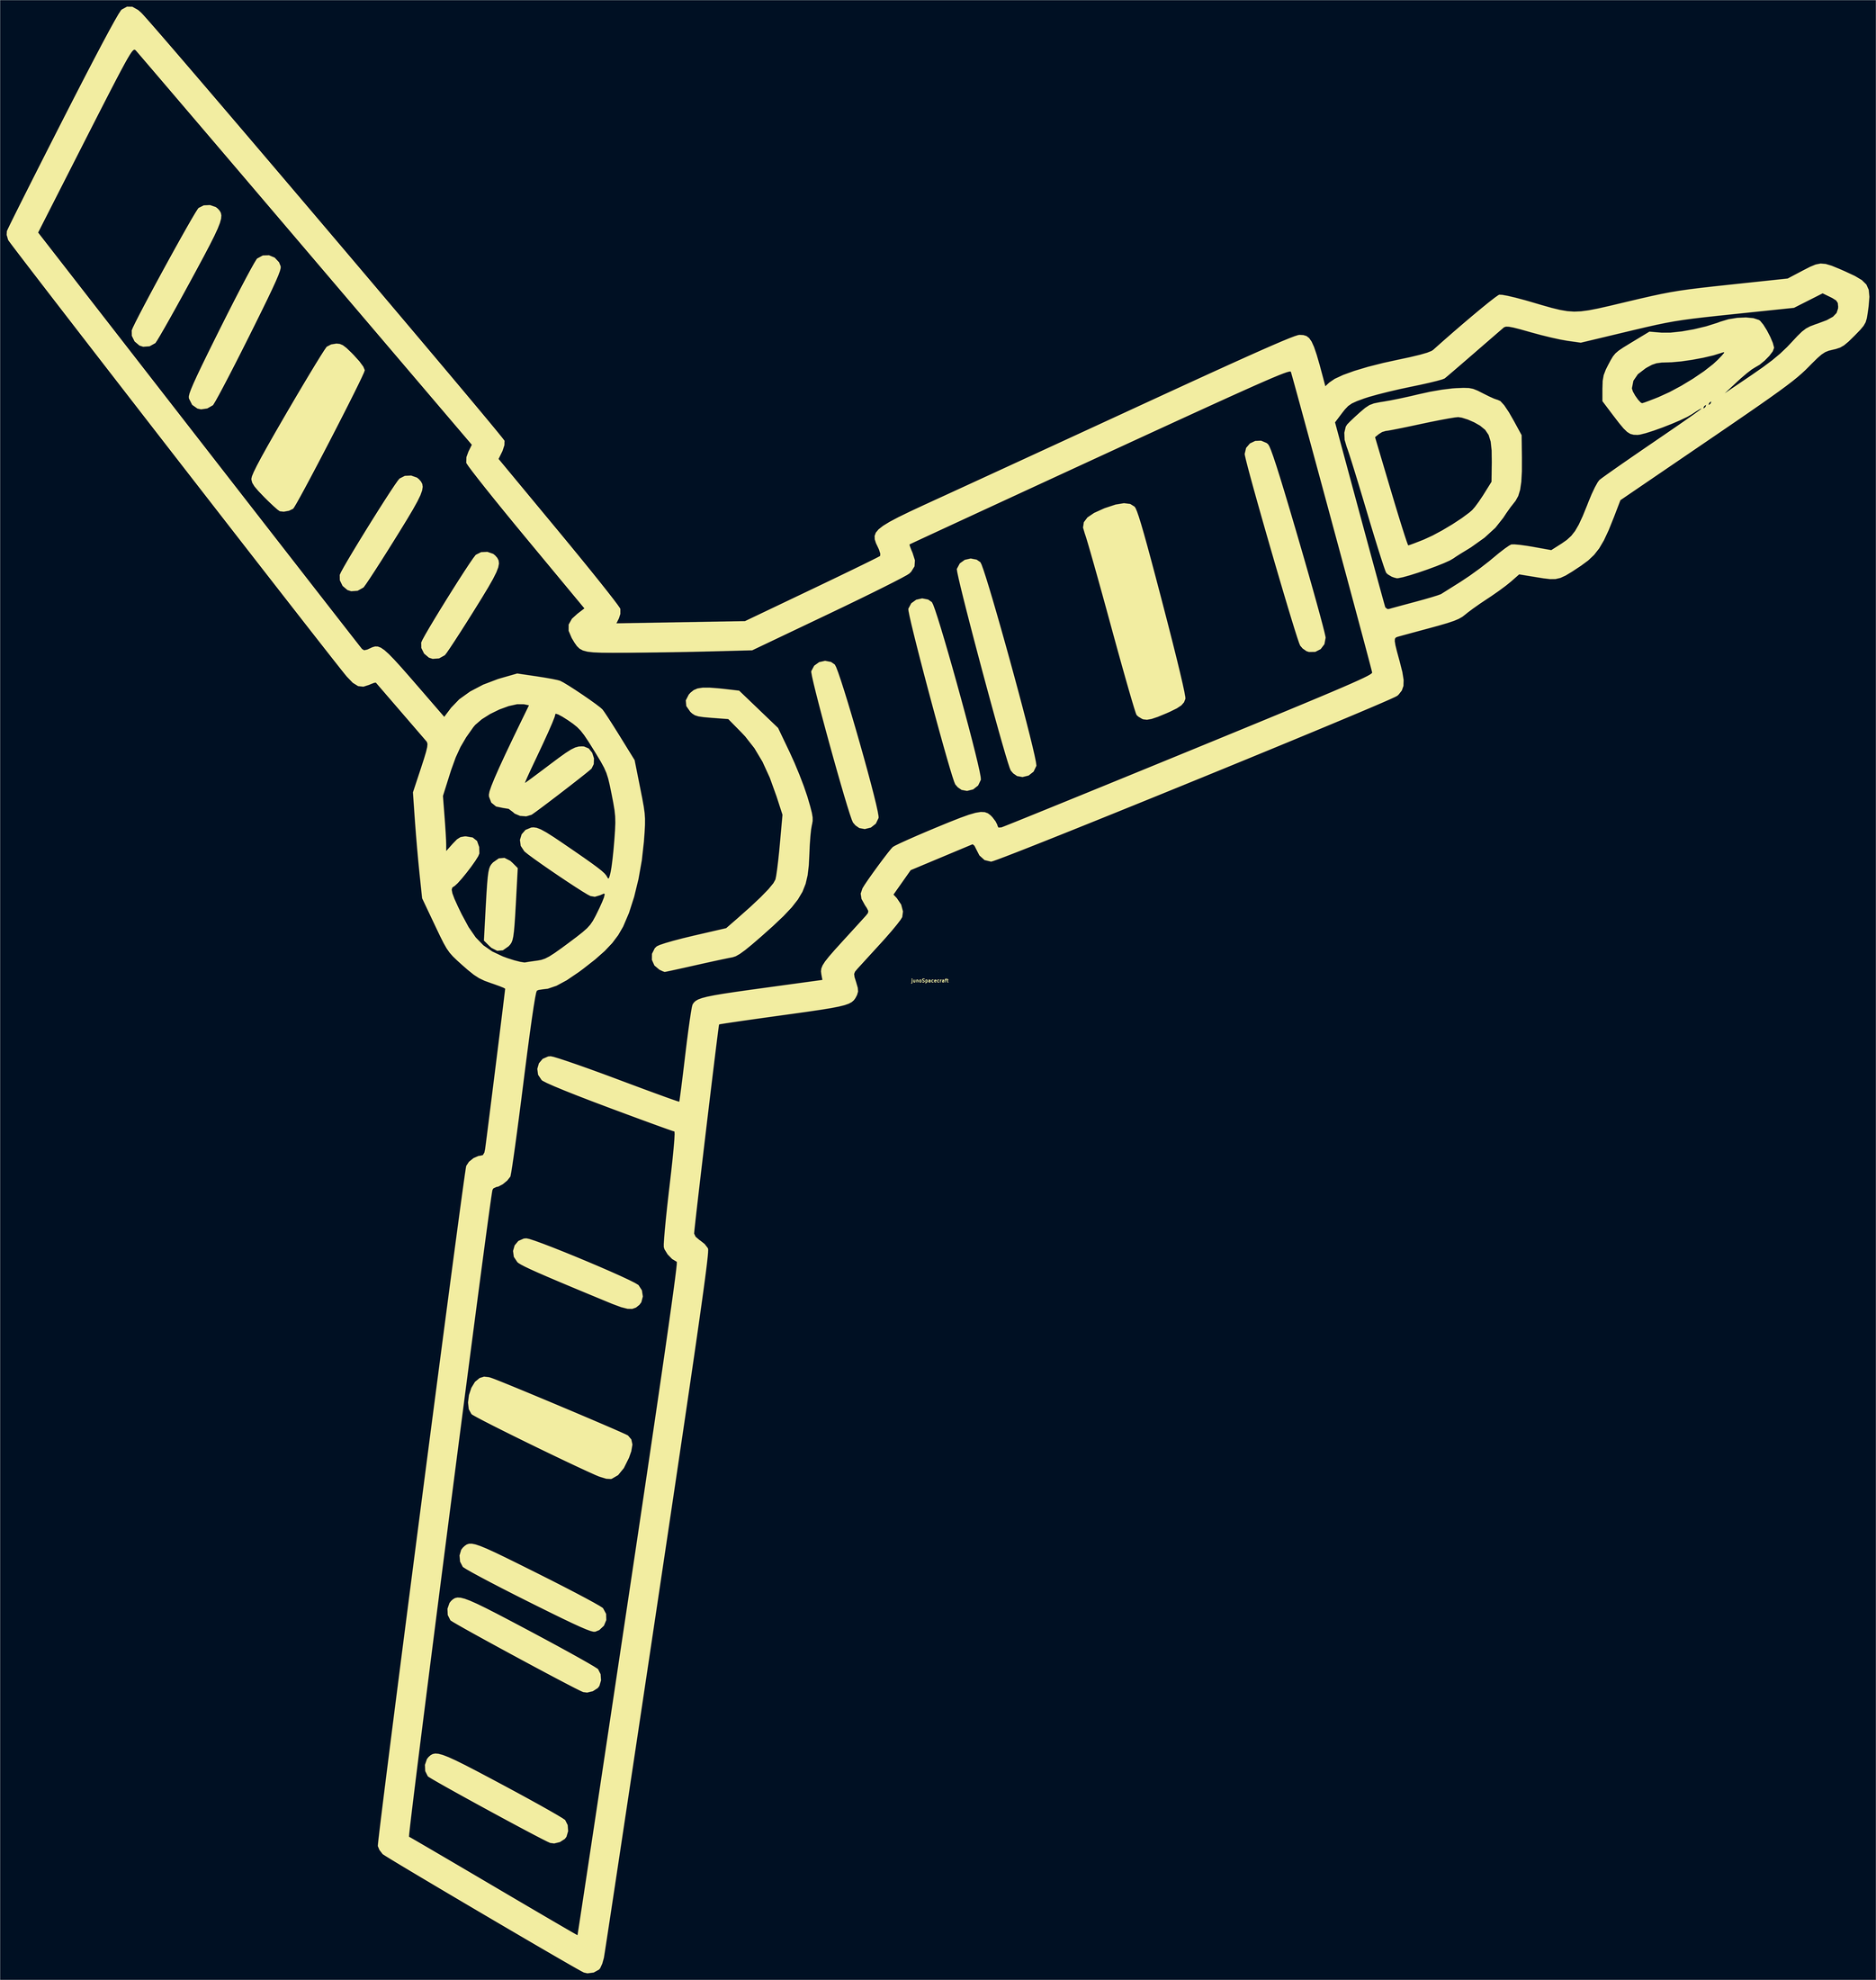
<source format=kicad_pcb>
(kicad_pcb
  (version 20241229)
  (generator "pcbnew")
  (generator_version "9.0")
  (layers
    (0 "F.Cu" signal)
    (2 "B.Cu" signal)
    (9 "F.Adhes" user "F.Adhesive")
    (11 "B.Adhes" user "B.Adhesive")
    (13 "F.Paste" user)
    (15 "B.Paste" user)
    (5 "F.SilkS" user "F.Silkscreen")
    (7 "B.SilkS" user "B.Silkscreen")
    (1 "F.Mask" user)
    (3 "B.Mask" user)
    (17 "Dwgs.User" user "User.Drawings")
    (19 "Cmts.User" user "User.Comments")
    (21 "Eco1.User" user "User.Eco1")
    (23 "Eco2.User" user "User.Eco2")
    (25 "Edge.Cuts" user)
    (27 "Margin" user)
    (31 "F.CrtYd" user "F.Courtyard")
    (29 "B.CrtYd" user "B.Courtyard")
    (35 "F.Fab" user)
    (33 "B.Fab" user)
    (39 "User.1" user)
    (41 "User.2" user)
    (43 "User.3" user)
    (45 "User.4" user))
  (footprint "junoSpacecraft"
    (layer "F.Cu")
    (at 422.737 445.855)
    (property "Reference" "junoSpacecraft" (at 0 0 0) (layer "F.SilkS") (effects (font (size 1.524 1.524) (thickness 0.3))))
    (attr through_hole)
    (fp_poly (pts (xy -192.145 -54.846) (xy -191.133 -53.936) (xy -188.713 -51.517) (xy -189.228 -41.832) (xy -189.592 -35.079) (xy -189.901 -29.727) (xy -190.18 -25.59) (xy -190.458 -22.482) (xy -190.759 -20.22) (xy -191.11 -18.616) (xy -191.537 -17.487) (xy -192.067 -16.646) (xy -192.726 -15.91) (xy -192.936 -15.698) (xy -195.524 -13.886) (xy -198.115 -13.655) (xy -200.761 -15.004) (xy -201.773 -15.914) (xy -204.193 -18.334) (xy -203.678 -28.018) (xy -203.314 -34.771) (xy -203.006 -40.123) (xy -202.726 -44.26) (xy -202.449 -47.368) (xy -202.148 -49.63) (xy -201.797 -51.234) (xy -201.369 -52.363) (xy -200.839 -53.204) (xy -200.18 -53.94) (xy -199.97 -54.152) (xy -197.383 -55.964) (xy -194.791 -56.195) (xy -192.145 -54.846)) (stroke (width 0.01) (type solid)) (fill yes) (layer "F.SilkS"))
    (fp_poly (pts (xy -234.858 -230.267) (xy -233.98 -229.57) (xy -233.034 -228.498) (xy -232.43 -227.376) (xy -232.23 -226.054) (xy -232.493 -224.381) (xy -233.279 -222.207) (xy -234.65 -219.382) (xy -236.666 -215.754) (xy -239.387 -211.175) (xy -242.874 -205.492) (xy -245.116 -201.882) (xy -248.374 -196.678) (xy -251.419 -191.874) (xy -254.136 -187.645) (xy -256.409 -184.169) (xy -258.125 -181.623) (xy -259.167 -180.184) (xy -259.364 -179.964) (xy -262.026 -178.473) (xy -264.965 -178.25) (xy -266.684 -178.8) (xy -268.91 -180.685) (xy -270.167 -183.258) (xy -270.217 -185.738) (xy -269.671 -186.948) (xy -268.392 -189.285) (xy -266.509 -192.539) (xy -264.15 -196.502) (xy -261.445 -200.969) (xy -258.523 -205.73) (xy -255.512 -210.578) (xy -252.541 -215.305) (xy -249.74 -219.704) (xy -247.237 -223.567) (xy -245.161 -226.686) (xy -243.641 -228.854) (xy -242.842 -229.832) (xy -240.41 -231.069) (xy -237.524 -231.207) (xy -234.858 -230.267)) (stroke (width 0.01) (type solid)) (fill yes) (layer "F.SilkS"))
    (fp_poly (pts (xy -199.956 -195.355) (xy -199.055 -194.645) (xy -198.079 -193.525) (xy -197.477 -192.345) (xy -197.311 -190.947) (xy -197.643 -189.173) (xy -198.533 -186.865) (xy -200.044 -183.865) (xy -202.236 -180.014) (xy -205.171 -175.154) (xy -208.91 -169.128) (xy -209.033 -168.931) (xy -212.146 -163.982) (xy -215.045 -159.435) (xy -217.608 -155.477) (xy -219.714 -152.296) (xy -221.238 -150.076) (xy -222.06 -149.007) (xy -222.09 -148.978) (xy -224.734 -147.51) (xy -227.67 -147.296) (xy -229.378 -147.844) (xy -231.597 -149.721) (xy -232.858 -152.282) (xy -232.913 -154.762) (xy -232.361 -155.99) (xy -231.078 -158.329) (xy -229.202 -161.561) (xy -226.867 -165.468) (xy -224.211 -169.831) (xy -221.369 -174.431) (xy -218.478 -179.049) (xy -215.674 -183.467) (xy -213.092 -187.467) (xy -210.87 -190.829) (xy -209.143 -193.336) (xy -208.048 -194.768) (xy -207.885 -194.936) (xy -205.481 -196.149) (xy -202.613 -196.281) (xy -199.956 -195.355)) (stroke (width 0.01) (type solid)) (fill yes) (layer "F.SilkS"))
    (fp_poly (pts (xy -183.315 118.286) (xy -180.64 119.161) (xy -176.961 120.503) (xy -172.497 122.219) (xy -167.47 124.217) (xy -162.102 126.404) (xy -156.613 128.689) (xy -151.225 130.98) (xy -146.159 133.183) (xy -141.637 135.207) (xy -137.879 136.959) (xy -135.107 138.346) (xy -133.542 139.278) (xy -133.39 139.404) (xy -131.858 141.779) (xy -131.428 144.586) (xy -132.126 147.232) (xy -132.993 148.399) (xy -134.574 149.658) (xy -136.304 150.272) (xy -138.473 150.218) (xy -141.371 149.477) (xy -145.29 148.026) (xy -146.844 147.393) (xy -155.925 143.634) (xy -163.64 140.422) (xy -170.097 137.709) (xy -175.401 135.448) (xy -179.659 133.592) (xy -182.979 132.095) (xy -185.467 130.909) (xy -187.229 129.988) (xy -188.372 129.283) (xy -188.873 128.884) (xy -190.498 126.446) (xy -190.867 123.752) (xy -190.127 121.195) (xy -188.427 119.169) (xy -185.913 118.066) (xy -184.763 117.971) (xy -183.315 118.286)) (stroke (width 0.01) (type solid)) (fill yes) (layer "F.SilkS"))
    (fp_poly (pts (xy -45.248 -145.873) (xy -43.536 -144.695) (xy -42.928 -143.543) (xy -41.975 -141.049) (xy -40.732 -137.409) (xy -39.255 -132.817) (xy -37.6 -127.468) (xy -35.822 -121.557) (xy -33.978 -115.279) (xy -32.122 -108.828) (xy -30.31 -102.399) (xy -28.599 -96.187) (xy -27.043 -90.387) (xy -25.699 -85.193) (xy -24.621 -80.8) (xy -23.867 -77.403) (xy -23.49 -75.198) (xy -23.475 -74.496) (xy -24.738 -71.863) (xy -27.006 -70.077) (xy -29.816 -69.383) (xy -32.299 -69.841) (xy -34.073 -71.068) (xy -35.203 -72.387) (xy -35.766 -73.699) (xy -36.662 -76.317) (xy -37.837 -80.047) (xy -39.238 -84.695) (xy -40.811 -90.069) (xy -42.504 -95.974) (xy -44.262 -102.217) (xy -46.032 -108.605) (xy -47.762 -114.943) (xy -49.397 -121.04) (xy -50.885 -126.7) (xy -52.171 -131.731) (xy -53.203 -135.939) (xy -53.927 -139.131) (xy -54.29 -141.113) (xy -54.31 -141.648) (xy -52.964 -144.163) (xy -50.698 -145.792) (xy -47.971 -146.406) (xy -45.248 -145.873)) (stroke (width 0.01) (type solid)) (fill yes) (layer "F.SilkS"))
    (fp_poly (pts (xy -326.973 -354.114) (xy -326.055 -353.395) (xy -325.229 -352.47) (xy -324.669 -351.485) (xy -324.426 -350.304) (xy -324.551 -348.789) (xy -325.099 -346.804) (xy -326.119 -344.212) (xy -327.664 -340.875) (xy -329.787 -336.658) (xy -332.539 -331.422) (xy -335.972 -325.032) (xy -338.835 -319.749) (xy -342.119 -313.732) (xy -345.212 -308.126) (xy -348.022 -303.092) (xy -350.459 -298.791) (xy -352.431 -295.383) (xy -353.847 -293.028) (xy -354.617 -291.887) (xy -354.67 -291.832) (xy -357.301 -290.38) (xy -360.234 -290.173) (xy -361.934 -290.719) (xy -364.16 -292.604) (xy -365.418 -295.178) (xy -365.468 -297.656) (xy -364.957 -298.915) (xy -363.777 -301.352) (xy -362.031 -304.776) (xy -359.825 -308.997) (xy -357.261 -313.825) (xy -354.443 -319.071) (xy -351.474 -324.545) (xy -348.46 -330.056) (xy -345.502 -335.414) (xy -342.706 -340.43) (xy -340.175 -344.914) (xy -338.012 -348.675) (xy -336.321 -351.524) (xy -335.206 -353.271) (xy -334.861 -353.708) (xy -332.479 -354.902) (xy -329.623 -355.03) (xy -326.973 -354.114)) (stroke (width 0.01) (type solid)) (fill yes) (layer "F.SilkS"))
    (fp_poly (pts (xy -300.008 -330.968) (xy -298.02 -328.844) (xy -297.258 -326.966) (xy -297.268 -326.172) (xy -297.609 -324.85) (xy -298.334 -322.883) (xy -299.496 -320.154) (xy -301.147 -316.547) (xy -303.34 -311.946) (xy -306.129 -306.233) (xy -309.564 -299.292) (xy -311.794 -294.819) (xy -315.036 -288.366) (xy -318.107 -282.325) (xy -320.926 -276.851) (xy -323.412 -272.099) (xy -325.483 -268.224) (xy -327.058 -265.382) (xy -328.054 -263.727) (xy -328.316 -263.388) (xy -330.878 -261.928) (xy -333.74 -261.52) (xy -335.387 -261.882) (xy -337.797 -263.579) (xy -339.209 -266.369) (xy -339.315 -266.764) (xy -339.313 -267.546) (xy -338.988 -268.84) (xy -338.286 -270.764) (xy -337.154 -273.436) (xy -335.539 -276.972) (xy -333.387 -281.492) (xy -330.647 -287.112) (xy -327.263 -293.951) (xy -324.793 -298.906) (xy -321.543 -305.37) (xy -318.453 -311.431) (xy -315.607 -316.932) (xy -313.087 -321.716) (xy -310.977 -325.627) (xy -309.359 -328.508) (xy -308.317 -330.201) (xy -308.034 -330.557) (xy -305.434 -331.964) (xy -302.619 -332.054) (xy -300.008 -330.968)) (stroke (width 0.01) (type solid)) (fill yes) (layer "F.SilkS"))
    (fp_poly (pts (xy -224.983 353.938) (xy -222.995 354.477) (xy -220.398 355.481) (xy -217.055 357.003) (xy -212.83 359.094) (xy -207.587 361.804) (xy -201.19 365.185) (xy -195.538 368.2) (xy -189.454 371.472) (xy -183.773 374.567) (xy -178.657 377.393) (xy -174.268 379.86) (xy -170.768 381.876) (xy -168.319 383.349) (xy -167.083 384.189) (xy -167.003 384.265) (xy -165.845 386.558) (xy -165.646 389.338) (xy -166.396 391.898) (xy -167.124 392.874) (xy -169.399 394.34) (xy -172.024 394.974) (xy -173.831 394.748) (xy -175.259 394.096) (xy -177.826 392.805) (xy -181.345 390.978) (xy -185.629 388.715) (xy -190.493 386.119) (xy -195.748 383.291) (xy -201.208 380.332) (xy -206.687 377.346) (xy -211.997 374.432) (xy -216.953 371.694) (xy -221.366 369.232) (xy -225.051 367.148) (xy -227.82 365.545) (xy -229.488 364.523) (xy -229.883 364.23) (xy -231.077 361.848) (xy -231.205 358.992) (xy -230.289 356.342) (xy -229.57 355.424) (xy -228.655 354.609) (xy -227.677 354.056) (xy -226.498 353.815) (xy -224.983 353.938)) (stroke (width 0.01) (type solid)) (fill yes) (layer "F.SilkS"))
    (fp_poly (pts (xy -0.792 -174.444) (xy 0.921 -173.263) (xy 1.491 -172.142) (xy 2.402 -169.663) (xy 3.606 -166.005) (xy 5.053 -161.35) (xy 6.694 -155.877) (xy 8.477 -149.765) (xy 10.355 -143.196) (xy 12.276 -136.349) (xy 14.192 -129.404) (xy 16.052 -122.541) (xy 17.808 -115.941) (xy 19.409 -109.784) (xy 20.805 -104.249) (xy 21.947 -99.516) (xy 22.786 -95.767) (xy 23.271 -93.18) (xy 23.358 -91.959) (xy 22.093 -89.324) (xy 19.823 -87.538) (xy 17.012 -86.846) (xy 14.532 -87.303) (xy 12.759 -88.531) (xy 11.629 -89.849) (xy 11.106 -91.11) (xy 10.251 -93.701) (xy 9.111 -97.443) (xy 7.735 -102.156) (xy 6.17 -107.661) (xy 4.465 -113.779) (xy 2.667 -120.331) (xy 0.825 -127.137) (xy -1.014 -134.018) (xy -2.802 -140.794) (xy -4.491 -147.286) (xy -6.032 -153.316) (xy -7.378 -158.703) (xy -8.482 -163.268) (xy -9.294 -166.833) (xy -9.767 -169.217) (xy -9.861 -170.221) (xy -8.514 -172.739) (xy -6.246 -174.369) (xy -3.518 -174.981) (xy -0.792 -174.444)) (stroke (width 0.01) (type solid)) (fill yes) (layer "F.SilkS"))
    (fp_poly (pts (xy -208.08 258.089) (xy -205.83 258.837) (xy -202.892 260.046) (xy -199.124 261.764) (xy -194.387 264.04) (xy -188.54 266.921) (xy -181.445 270.455) (xy -179.726 271.313) (xy -173.435 274.478) (xy -167.548 277.484) (xy -162.227 280.245) (xy -157.633 282.676) (xy -153.929 284.69) (xy -151.276 286.202) (xy -149.836 287.126) (xy -149.662 287.278) (xy -148.255 289.879) (xy -148.165 292.694) (xy -149.251 295.305) (xy -151.374 297.292) (xy -153.252 298.054) (xy -154.062 298.046) (xy -155.405 297.7) (xy -157.401 296.964) (xy -160.169 295.783) (xy -163.83 294.103) (xy -168.504 291.87) (xy -174.309 289.031) (xy -181.367 285.531) (xy -183.811 284.312) (xy -190.102 281.147) (xy -195.989 278.141) (xy -201.311 275.38) (xy -205.904 272.949) (xy -209.609 270.935) (xy -212.262 269.423) (xy -213.702 268.499) (xy -213.876 268.347) (xy -215.123 265.96) (xy -215.368 263.143) (xy -214.612 260.563) (xy -213.876 259.589) (xy -212.977 258.75) (xy -212.088 258.133) (xy -211.068 257.785) (xy -209.779 257.754) (xy -208.08 258.089)) (stroke (width 0.01) (type solid)) (fill yes) (layer "F.SilkS"))
    (fp_poly (pts (xy -214.873 282.481) (xy -212.981 282.959) (xy -210.51 283.879) (xy -207.329 285.292) (xy -203.306 287.246) (xy -198.312 289.793) (xy -192.215 292.982) (xy -184.885 296.863) (xy -182.839 297.951) (xy -176.489 301.346) (xy -170.541 304.563) (xy -165.149 307.516) (xy -160.468 310.117) (xy -156.653 312.282) (xy -153.858 313.922) (xy -152.239 314.953) (xy -151.923 315.208) (xy -150.764 317.501) (xy -150.564 320.282) (xy -151.314 322.842) (xy -152.043 323.818) (xy -154.316 325.283) (xy -156.936 325.916) (xy -158.75 325.687) (xy -160.192 325.03) (xy -162.782 323.734) (xy -166.342 321.896) (xy -170.692 319.615) (xy -175.653 316.986) (xy -181.046 314.106) (xy -186.691 311.073) (xy -192.41 307.983) (xy -198.023 304.933) (xy -203.351 302.02) (xy -208.215 299.341) (xy -212.435 296.993) (xy -215.832 295.073) (xy -218.228 293.677) (xy -219.443 292.903) (xy -219.539 292.82) (xy -220.754 290.413) (xy -220.887 287.542) (xy -219.96 284.884) (xy -219.251 283.986) (xy -218.373 283.197) (xy -217.438 282.65) (xy -216.315 282.395) (xy -214.873 282.481)) (stroke (width 0.01) (type solid)) (fill yes) (layer "F.SilkS"))
    (fp_poly (pts (xy 21.418 -192.711) (xy 23.133 -191.532) (xy 23.675 -190.439) (xy 24.566 -187.975) (xy 25.76 -184.307) (xy 27.211 -179.604) (xy 28.873 -174.031) (xy 30.699 -167.756) (xy 32.645 -160.946) (xy 34.664 -153.768) (xy 36.711 -146.389) (xy 38.738 -138.977) (xy 40.701 -131.698) (xy 42.553 -124.72) (xy 44.249 -118.209) (xy 45.742 -112.334) (xy 46.987 -107.26) (xy 47.938 -103.155) (xy 48.548 -100.187) (xy 48.772 -98.521) (xy 48.759 -98.309) (xy 47.492 -95.673) (xy 45.221 -93.888) (xy 42.409 -93.196) (xy 39.932 -93.653) (xy 38.16 -94.882) (xy 37.036 -96.199) (xy 36.534 -97.43) (xy 35.692 -100.006) (xy 34.554 -103.761) (xy 33.167 -108.529) (xy 31.572 -114.143) (xy 29.817 -120.436) (xy 27.944 -127.242) (xy 25.999 -134.395) (xy 24.026 -141.727) (xy 22.069 -149.073) (xy 20.173 -156.265) (xy 18.383 -163.138) (xy 16.743 -169.524) (xy 15.298 -175.258) (xy 14.092 -180.171) (xy 13.169 -184.099) (xy 12.575 -186.874) (xy 12.354 -188.33) (xy 12.363 -188.471) (xy 13.708 -190.987) (xy 15.973 -192.62) (xy 18.696 -193.238) (xy 21.418 -192.711)) (stroke (width 0.01) (type solid)) (fill yes) (layer "F.SilkS"))
    (fp_poly (pts (xy 154.223 -246.088) (xy 154.907 -245.496) (xy 155.454 -244.592) (xy 156.249 -242.695) (xy 157.315 -239.732) (xy 158.675 -235.631) (xy 160.352 -230.319) (xy 162.369 -223.725) (xy 164.75 -215.775) (xy 167.517 -206.398) (xy 168.84 -201.879) (xy 171.148 -193.935) (xy 173.319 -186.375) (xy 175.311 -179.35) (xy 177.083 -173.011) (xy 178.593 -167.508) (xy 179.799 -162.993) (xy 180.661 -159.614) (xy 181.137 -157.523) (xy 181.219 -156.972) (xy 180.662 -154.011) (xy 178.959 -151.766) (xy 176.477 -150.496) (xy 173.581 -150.458) (xy 172.488 -150.803) (xy 170.714 -152.03) (xy 169.579 -153.349) (xy 169.096 -154.52) (xy 168.238 -157.048) (xy 167.054 -160.759) (xy 165.594 -165.483) (xy 163.909 -171.046) (xy 162.048 -177.275) (xy 160.061 -183.998) (xy 157.998 -191.043) (xy 155.909 -198.237) (xy 153.844 -205.407) (xy 151.854 -212.382) (xy 149.987 -218.987) (xy 148.295 -225.051) (xy 146.826 -230.402) (xy 145.631 -234.866) (xy 144.76 -238.271) (xy 144.263 -240.444) (xy 144.164 -241.119) (xy 144.819 -243.866) (xy 146.559 -245.902) (xy 148.977 -247.061) (xy 151.667 -247.178) (xy 154.223 -246.088)) (stroke (width 0.01) (type solid)) (fill yes) (layer "F.SilkS"))
    (fp_poly (pts (xy -201.986 181.515) (xy -200.995 181.8) (xy -199.453 182.363) (xy -196.716 183.441) (xy -192.973 184.955) (xy -188.413 186.825) (xy -183.225 188.973) (xy -177.596 191.318) (xy -171.716 193.781) (xy -165.773 196.283) (xy -159.956 198.743) (xy -154.454 201.084) (xy -149.455 203.225) (xy -145.148 205.087) (xy -141.722 206.591) (xy -139.364 207.656) (xy -138.265 208.205) (xy -138.228 208.23) (xy -136.699 210.036) (xy -136.202 212.357) (xy -136.726 215.455) (xy -137.773 218.423) (xy -140.123 223.147) (xy -142.753 226.359) (xy -145.639 228.029) (xy -146.05 228.136) (xy -148.176 228.026) (xy -151.341 227.06) (xy -153.194 226.294) (xy -157.129 224.516) (xy -161.817 222.342) (xy -167.073 219.862) (xy -172.71 217.169) (xy -178.544 214.353) (xy -184.387 211.506) (xy -190.054 208.719) (xy -195.359 206.084) (xy -200.115 203.691) (xy -204.138 201.632) (xy -207.241 199.999) (xy -209.238 198.883) (xy -209.906 198.433) (xy -211.131 196.184) (xy -211.48 193.134) (xy -211.055 189.732) (xy -209.959 186.429) (xy -208.292 183.673) (xy -206.158 181.915) (xy -206.154 181.913) (xy -204.15 181.291) (xy -201.986 181.515)) (stroke (width 0.01) (type solid)) (fill yes) (layer "F.SilkS"))
    (fp_poly (pts (xy -270.222 -291.473) (xy -268.792 -290.87) (xy -267.113 -289.594) (xy -264.85 -287.422) (xy -263.842 -286.393) (xy -261.173 -283.438) (xy -259.431 -281.062) (xy -258.765 -279.469) (xy -258.762 -279.398) (xy -259.121 -278.381) (xy -260.135 -276.142) (xy -261.712 -272.858) (xy -263.761 -268.707) (xy -266.189 -263.866) (xy -268.905 -258.515) (xy -271.816 -252.829) (xy -274.83 -246.988) (xy -277.856 -241.168) (xy -280.801 -235.549) (xy -283.573 -230.307) (xy -286.08 -225.62) (xy -288.231 -221.667) (xy -289.932 -218.624) (xy -291.093 -216.67) (xy -291.574 -216.007) (xy -293.462 -215.096) (xy -295.849 -214.669) (xy -297.656 -214.86) (xy -298.686 -215.59) (xy -300.526 -217.204) (xy -302.889 -219.438) (xy -304.76 -221.294) (xy -307.529 -224.18) (xy -309.305 -226.288) (xy -310.282 -227.896) (xy -310.652 -229.281) (xy -310.674 -229.759) (xy -310.409 -230.893) (xy -309.585 -232.866) (xy -308.159 -235.76) (xy -306.086 -239.657) (xy -303.324 -244.637) (xy -299.828 -250.782) (xy -295.555 -258.174) (xy -294.199 -260.503) (xy -290.596 -266.652) (xy -287.188 -272.41) (xy -284.069 -277.623) (xy -281.332 -282.136) (xy -279.071 -285.797) (xy -277.379 -288.453) (xy -276.349 -289.949) (xy -276.141 -290.191) (xy -274.157 -291.228) (xy -271.74 -291.624) (xy -270.222 -291.473)) (stroke (width 0.01) (type solid)) (fill yes) (layer "F.SilkS"))
    (fp_poly (pts (xy 91.75 -218.205) (xy 93.751 -216.958) (xy 94.235 -216.201) (xy 94.869 -214.702) (xy 95.682 -212.363) (xy 96.702 -209.087) (xy 97.957 -204.777) (xy 99.475 -199.336) (xy 101.284 -192.666) (xy 103.412 -184.671) (xy 105.888 -175.252) (xy 106.457 -173.072) (xy 108.941 -163.494) (xy 111.128 -154.922) (xy 113 -147.434) (xy 114.537 -141.106) (xy 115.723 -136.016) (xy 116.537 -132.239) (xy 116.963 -129.854) (xy 117.009 -128.993) (xy 116.368 -127.392) (xy 115.155 -126.014) (xy 113.093 -124.647) (xy 109.903 -123.08) (xy 108.347 -122.392) (xy 104.372 -120.748) (xy 101.489 -119.782) (xy 99.393 -119.424) (xy 97.775 -119.601) (xy 97.207 -119.801) (xy 95.435 -120.871) (xy 94.656 -121.6) (xy 94.271 -122.566) (xy 93.518 -124.916) (xy 92.438 -128.503) (xy 91.074 -133.179) (xy 89.469 -138.795) (xy 87.665 -145.204) (xy 85.705 -152.256) (xy 83.632 -159.804) (xy 82.933 -162.369) (xy 80.819 -170.104) (xy 78.797 -177.439) (xy 76.911 -184.218) (xy 75.205 -190.285) (xy 73.723 -195.487) (xy 72.509 -199.667) (xy 71.608 -202.67) (xy 71.062 -204.342) (xy 70.975 -204.559) (xy 70.141 -207.387) (xy 70.506 -209.84) (xy 72.165 -212.038) (xy 75.212 -214.102) (xy 79.741 -216.151) (xy 80.169 -216.318) (xy 85.065 -217.935) (xy 88.876 -218.562) (xy 91.75 -218.205)) (stroke (width 0.01) (type solid)) (fill yes) (layer "F.SilkS"))
    (fp_poly (pts (xy -96.473 -133.777) (xy -93.073 -133.408) (xy -87.325 -132.741) (xy -78.414 -124.203) (xy -69.503 -115.664) (xy -64.154 -104.465) (xy -61.954 -99.605) (xy -59.737 -94.269) (xy -57.738 -89.05) (xy -56.193 -84.542) (xy -55.984 -83.861) (xy -54.791 -79.779) (xy -54.043 -76.857) (xy -53.687 -74.751) (xy -53.669 -73.114) (xy -53.934 -71.601) (xy -54.021 -71.265) (xy -54.379 -69.227) (xy -54.716 -66.039) (xy -54.996 -62.137) (xy -55.18 -57.967) (xy -55.44 -52.745) (xy -55.968 -48.268) (xy -56.891 -44.321) (xy -58.333 -40.689) (xy -60.421 -37.158) (xy -63.28 -33.512) (xy -67.036 -29.537) (xy -71.813 -25.016) (xy -77.281 -20.137) (xy -81.424 -16.563) (xy -84.616 -13.964) (xy -87.043 -12.209) (xy -88.891 -11.163) (xy -90.345 -10.692) (xy -90.396 -10.684) (xy -92.102 -10.36) (xy -95.038 -9.751) (xy -98.89 -8.923) (xy -103.339 -7.945) (xy -107.156 -7.091) (xy -111.634 -6.087) (xy -115.557 -5.219) (xy -118.669 -4.54) (xy -120.718 -4.108) (xy -121.444 -3.976) (xy -122.369 -4.309) (xy -123.825 -4.996) (xy -126.114 -6.914) (xy -127.269 -9.494) (xy -127.238 -12.28) (xy -125.97 -14.819) (xy -125.055 -15.702) (xy -123.732 -16.32) (xy -121.122 -17.192) (xy -117.493 -18.241) (xy -113.109 -19.39) (xy -108.277 -20.554) (xy -93.266 -24.016) (xy -88.125 -28.478) (xy -82.181 -33.754) (xy -77.439 -38.215) (xy -73.922 -41.836) (xy -71.657 -44.592) (xy -70.713 -46.298) (xy -70.374 -47.917) (xy -69.949 -50.796) (xy -69.48 -54.611) (xy -69.007 -59.038) (xy -68.691 -62.372) (xy -67.476 -75.929) (xy -70.182 -84.279) (xy -73.292 -92.905) (xy -76.634 -100.198) (xy -80.346 -106.407) (xy -84.567 -111.785) (xy -86.309 -113.639) (xy -92.304 -119.725) (xy -99.898 -120.295) (xy -103.521 -120.606) (xy -105.952 -120.962) (xy -107.586 -121.476) (xy -108.82 -122.259) (xy -109.706 -123.077) (xy -111.524 -125.684) (xy -111.756 -128.297) (xy -110.401 -130.936) (xy -109.599 -131.824) (xy -108.146 -132.992) (xy -106.375 -133.745) (xy -104.019 -134.11) (xy -100.807 -134.112) (xy -96.473 -133.777)) (stroke (width 0.01) (type solid)) (fill yes) (layer "F.SilkS"))
    (fp_poly (pts (xy 246.808 -271.276) (xy 248.766 -270.889) (xy 250.798 -270.079) (xy 253.458 -268.734) (xy 253.462 -268.732) (xy 256.182 -267.377) (xy 258.423 -266.377) (xy 259.764 -265.917) (xy 259.872 -265.906) (xy 261.247 -265.289) (xy 262.994 -263.389) (xy 265.17 -260.133) (xy 267.523 -256.019) (xy 270.961 -249.703) (xy 271.099 -239.35) (xy 271.084 -233.216) (xy 270.827 -228.417) (xy 270.287 -224.715) (xy 269.423 -221.87) (xy 268.193 -219.643) (xy 267.54 -218.814) (xy 265.92 -216.753) (xy 263.973 -214.013) (xy 262.538 -211.841) (xy 258.95 -207.312) (xy 253.971 -202.764) (xy 247.786 -198.362) (xy 245.855 -197.173) (xy 243.231 -195.575) (xy 241.039 -194.185) (xy 239.739 -193.295) (xy 239.713 -193.274) (xy 238.076 -192.327) (xy 235.311 -191.085) (xy 231.766 -189.67) (xy 227.786 -188.202) (xy 223.717 -186.803) (xy 219.907 -185.595) (xy 216.701 -184.698) (xy 214.446 -184.234) (xy 213.801 -184.2) (xy 212.574 -184.515) (xy 211.507 -184.905) (xy 209.749 -185.945) (xy 208.983 -186.654) (xy 208.553 -187.649) (xy 207.735 -189.986) (xy 206.587 -193.486) (xy 205.167 -197.967) (xy 203.532 -203.248) (xy 201.74 -209.149) (xy 200.074 -214.723) (xy 198.171 -221.1) (xy 196.363 -227.087) (xy 194.709 -232.491) (xy 193.271 -237.117) (xy 192.108 -240.77) (xy 191.281 -243.258) (xy 190.89 -244.303) (xy 189.933 -247.529) (xy 189.877 -248.785) (xy 203.845 -248.785) (xy 211.201 -224.008) (xy 212.989 -218.037) (xy 214.65 -212.584) (xy 216.128 -207.827) (xy 217.366 -203.945) (xy 218.308 -201.117) (xy 218.896 -199.523) (xy 219.059 -199.231) (xy 219.971 -199.51) (xy 221.994 -200.257) (xy 224.772 -201.338) (xy 226.31 -201.953) (xy 230.198 -203.741) (xy 234.66 -206.138) (xy 239.245 -208.869) (xy 243.503 -211.659) (xy 246.983 -214.235) (xy 248.311 -215.375) (xy 249.607 -216.86) (xy 251.373 -219.25) (xy 253.272 -222.085) (xy 253.68 -222.731) (xy 257.196 -228.37) (xy 257.313 -237.415) (xy 257.246 -242.727) (xy 256.805 -246.759) (xy 255.862 -249.798) (xy 254.289 -252.131) (xy 251.959 -254.047) (xy 249.246 -255.583) (xy 246.366 -256.838) (xy 243.634 -257.7) (xy 241.918 -257.964) (xy 240.326 -257.797) (xy 237.484 -257.335) (xy 233.69 -256.635) (xy 229.242 -255.75) (xy 224.682 -254.789) (xy 219.998 -253.789) (xy 215.787 -252.919) (xy 212.321 -252.231) (xy 209.867 -251.78) (xy 208.697 -251.619) (xy 207.097 -251.141) (xy 205.595 -250.202) (xy 203.845 -248.785) (xy 189.877 -248.785) (xy 189.787 -250.808) (xy 190.439 -253.573) (xy 191.095 -254.623) (xy 192.374 -255.934) (xy 194.422 -257.878) (xy 196.808 -260.044) (xy 196.938 -260.159) (xy 199.338 -262.192) (xy 201.28 -263.464) (xy 203.364 -264.247) (xy 206.188 -264.816) (xy 207.654 -265.043) (xy 210.992 -265.623) (xy 215.281 -266.484) (xy 219.935 -267.502) (xy 223.838 -268.423) (xy 229.13 -269.584) (xy 234.468 -270.508) (xy 239.209 -271.091) (xy 240.903 -271.211) (xy 244.371 -271.346) (xy 246.808 -271.276)) (stroke (width 0.01) (type solid)) (fill yes) (layer "F.SilkS"))
    (fp_poly (pts (xy -365.182 -445.807) (xy -362.549 -444.331) (xy -361.154 -443.111) (xy -360.094 -441.985) (xy -358.103 -439.756) (xy -355.249 -436.5) (xy -351.598 -432.297) (xy -347.215 -427.225) (xy -342.169 -421.362) (xy -336.525 -414.787) (xy -330.351 -407.579) (xy -323.712 -399.815) (xy -316.675 -391.573) (xy -309.306 -382.934) (xy -301.673 -373.974) (xy -293.842 -364.772) (xy -285.879 -355.407) (xy -277.852 -345.957) (xy -269.825 -336.5) (xy -261.867 -327.115) (xy -254.044 -317.881) (xy -246.421 -308.875) (xy -239.067 -300.176) (xy -232.047 -291.862) (xy -225.428 -284.013) (xy -219.276 -276.706) (xy -213.658 -270.019) (xy -208.641 -264.032) (xy -204.291 -258.822) (xy -200.675 -254.468) (xy -197.859 -251.048) (xy -195.909 -248.641) (xy -194.894 -247.325) (xy -194.758 -247.105) (xy -194.829 -245.095) (xy -195.683 -242.499) (xy -195.897 -242.046) (xy -197.496 -238.816) (xy -169.866 -205.495) (xy -164.647 -199.176) (xy -159.732 -193.176) (xy -155.215 -187.615) (xy -151.192 -182.61) (xy -147.757 -178.283) (xy -145.005 -174.75) (xy -143.031 -172.133) (xy -141.93 -170.55) (xy -141.732 -170.167) (xy -141.736 -167.844) (xy -142.377 -165.858) (xy -143.526 -163.556) (xy -114.088 -164.062) (xy -84.651 -164.568) (xy -54.033 -179.165) (xy -47.533 -182.272) (xy -41.472 -185.183) (xy -36.004 -187.826) (xy -31.278 -190.125) (xy -27.446 -192.007) (xy -24.66 -193.399) (xy -23.07 -194.226) (xy -22.756 -194.418) (xy -22.691 -195.452) (xy -23.285 -197.313) (xy -23.748 -198.311) (xy -24.681 -200.283) (xy -25.234 -202.002) (xy -25.296 -203.561) (xy -24.756 -205.052) (xy -23.502 -206.568) (xy -21.424 -208.2) (xy -18.411 -210.042) (xy -14.352 -212.185) (xy -9.135 -214.723) (xy -2.649 -217.747) (xy 2.381 -220.055) (xy 6.578 -221.977) (xy 12.069 -224.498) (xy 18.709 -227.549) (xy 26.352 -231.064) (xy 34.851 -234.975) (xy 44.06 -239.215) (xy 53.833 -243.716) (xy 64.024 -248.412) (xy 74.486 -253.234) (xy 85.073 -258.116) (xy 95.639 -262.991) (xy 96.044 -263.178) (xy 108.588 -268.958) (xy 119.757 -274.089) (xy 129.613 -278.596) (xy 138.218 -282.507) (xy 145.632 -285.85) (xy 151.917 -288.651) (xy 157.134 -290.938) (xy 161.345 -292.738) (xy 164.611 -294.078) (xy 166.992 -294.985) (xy 168.552 -295.486) (xy 169.263 -295.614) (xy 170.998 -295.517) (xy 172.438 -295.084) (xy 173.676 -294.142) (xy 174.805 -292.52) (xy 175.92 -290.046) (xy 177.112 -286.549) (xy 178.476 -281.855) (xy 180.106 -275.794) (xy 180.172 -275.542) (xy 181.083 -272.081) (xy 182.899 -273.787) (xy 185.373 -275.471) (xy 189.255 -277.268) (xy 194.377 -279.122) (xy 200.569 -280.974) (xy 207.661 -282.77) (xy 213.775 -284.108) (xy 219.84 -285.402) (xy 224.447 -286.505) (xy 227.711 -287.448) (xy 229.747 -288.265) (xy 230.443 -288.721) (xy 235.03 -292.801) (xy 239.705 -296.889) (xy 244.3 -300.844) (xy 248.648 -304.526) (xy 252.581 -307.796) (xy 255.932 -310.514) (xy 258.533 -312.539) (xy 260.217 -313.733) (xy 260.717 -313.992) (xy 262.104 -313.93) (xy 264.724 -313.448) (xy 268.298 -312.606) (xy 272.549 -311.47) (xy 274.718 -310.846) (xy 280.246 -309.221) (xy 284.757 -307.95) (xy 288.53 -307.032) (xy 291.845 -306.467) (xy 294.982 -306.254) (xy 298.222 -306.391) (xy 301.844 -306.878) (xy 306.129 -307.715) (xy 311.355 -308.9) (xy 317.804 -310.433) (xy 319.027 -310.724) (xy 325.153 -312.172) (xy 330.329 -313.354) (xy 334.869 -314.324) (xy 339.088 -315.133) (xy 343.301 -315.834) (xy 347.823 -316.478) (xy 352.968 -317.119) (xy 359.053 -317.808) (xy 366.391 -318.597) (xy 366.684 -318.628) (xy 392.793 -321.4) (xy 399.773 -325.081) (xy 403.045 -326.758) (xy 405.613 -327.822) (xy 407.861 -328.265) (xy 410.176 -328.078) (xy 412.943 -327.253) (xy 416.548 -325.781) (xy 419.123 -324.651) (xy 423.6 -322.561) (xy 426.777 -320.667) (xy 428.824 -318.657) (xy 429.909 -316.22) (xy 430.201 -313.045) (xy 429.87 -308.82) (xy 429.444 -305.655) (xy 429.036 -303.21) (xy 428.487 -301.379) (xy 427.55 -299.739) (xy 425.979 -297.867) (xy 423.528 -295.338) (xy 423.354 -295.162) (xy 420.671 -292.544) (xy 418.63 -290.844) (xy 416.818 -289.796) (xy 414.822 -289.131) (xy 413.594 -288.853) (xy 411.624 -288.373) (xy 409.979 -287.714) (xy 408.342 -286.653) (xy 406.395 -284.97) (xy 403.823 -282.44) (xy 402.436 -281.027) (xy 400.865 -279.466) (xy 399.169 -277.893) (xy 397.234 -276.224) (xy 394.944 -274.375) (xy 392.184 -272.263) (xy 388.84 -269.802) (xy 384.796 -266.909) (xy 379.938 -263.5) (xy 374.15 -259.491) (xy 367.318 -254.798) (xy 359.327 -249.336) (xy 355.946 -247.031) (xy 316.208 -219.945) (xy 313.226 -212.168) (xy 310.837 -206.234) (xy 308.652 -201.56) (xy 306.483 -197.871) (xy 304.141 -194.889) (xy 301.436 -192.337) (xy 298.182 -189.938) (xy 298.036 -189.84) (xy 294.127 -187.257) (xy 291.153 -185.462) (xy 288.733 -184.354) (xy 286.486 -183.835) (xy 284.032 -183.803) (xy 280.988 -184.16) (xy 278.11 -184.619) (xy 269.848 -185.974) (xy 266.091 -182.677) (xy 263.742 -180.779) (xy 260.561 -178.426) (xy 257.066 -175.994) (xy 255.29 -174.82) (xy 251.957 -172.596) (xy 248.775 -170.358) (xy 246.209 -168.439) (xy 245.196 -167.611) (xy 243.82 -166.55) (xy 242.173 -165.611) (xy 239.991 -164.692) (xy 237.007 -163.691) (xy 232.955 -162.508) (xy 228.825 -161.379) (xy 224.373 -160.179) (xy 220.387 -159.101) (xy 217.15 -158.222) (xy 214.943 -157.618) (xy 214.114 -157.386) (xy 213.366 -157.071) (xy 212.944 -156.493) (xy 212.873 -155.406) (xy 213.173 -153.565) (xy 213.867 -150.723) (xy 214.979 -146.634) (xy 215.155 -145.999) (xy 216.36 -141.227) (xy 216.932 -137.627) (xy 216.852 -134.91) (xy 216.099 -132.783) (xy 214.654 -130.955) (xy 214.091 -130.429) (xy 213.088 -129.888) (xy 210.724 -128.801) (xy 207.107 -127.212) (xy 202.347 -125.168) (xy 196.553 -122.711) (xy 189.833 -119.886) (xy 182.297 -116.739) (xy 174.054 -113.313) (xy 165.212 -109.653) (xy 155.881 -105.803) (xy 146.17 -101.808) (xy 136.187 -97.713) (xy 126.042 -93.561) (xy 115.844 -89.398) (xy 105.701 -85.268) (xy 95.723 -81.215) (xy 86.018 -77.284) (xy 76.696 -73.52) (xy 67.866 -69.966) (xy 59.636 -66.668) (xy 52.116 -63.67) (xy 45.414 -61.016) (xy 39.641 -58.751) (xy 34.903 -56.92) (xy 31.312 -55.566) (xy 28.975 -54.734) (xy 28.019 -54.469) (xy 25.046 -55.184) (xy 22.683 -57.317) (xy 21.275 -60.063) (xy 20.439 -61.732) (xy 19.617 -62.425) (xy 19.478 -62.404) (xy 18.514 -62.001) (xy 16.331 -61.088) (xy 13.174 -59.767) (xy 9.287 -58.14) (xy 4.936 -56.318) (xy -8.781 -50.576) (xy -12.722 -44.982) (xy -16.664 -39.387) (xy -15.095 -37.717) (xy -13.141 -34.809) (xy -12.315 -31.68) (xy -12.655 -29.09) (xy -13.454 -27.797) (xy -15.139 -25.596) (xy -17.507 -22.737) (xy -20.355 -19.466) (xy -22.356 -17.249) (xy -25.492 -13.823) (xy -28.39 -10.655) (xy -30.821 -7.997) (xy -32.552 -6.102) (xy -33.171 -5.423) (xy -34.263 -4.132) (xy -34.685 -3.053) (xy -34.493 -1.611) (xy -33.765 0.703) (xy -33.018 3.27) (xy -32.88 5) (xy -33.321 6.51) (xy -33.481 6.849) (xy -34.096 8.006) (xy -34.808 8.981) (xy -35.77 9.816) (xy -37.136 10.55) (xy -39.06 11.225) (xy -41.696 11.881) (xy -45.197 12.559) (xy -49.718 13.299) (xy -55.412 14.143) (xy -62.433 15.13) (xy -67.375 15.813) (xy -73.952 16.724) (xy -80.017 17.576) (xy -85.395 18.342) (xy -89.908 18.998) (xy -93.382 19.517) (xy -95.64 19.874) (xy -96.508 20.044) (xy -96.511 20.046) (xy -96.648 20.855) (xy -96.949 23.075) (xy -97.394 26.54) (xy -97.963 31.084) (xy -98.637 36.54) (xy -99.396 42.744) (xy -100.22 49.528) (xy -101.089 56.728) (xy -101.983 64.176) (xy -102.882 71.707) (xy -103.767 79.156) (xy -104.617 86.355) (xy -105.414 93.14) (xy -106.137 99.343) (xy -106.765 104.8) (xy -107.281 109.343) (xy -107.662 112.808) (xy -107.891 115.028) (xy -107.95 115.797) (xy -107.266 117.245) (xy -105.474 118.771) (xy -105.16 118.965) (xy -103.139 120.559) (xy -101.718 122.389) (xy -101.564 122.73) (xy -101.511 123.288) (xy -101.56 124.46) (xy -101.721 126.302) (xy -101.999 128.866) (xy -102.404 132.208) (xy -102.943 136.381) (xy -103.623 141.439) (xy -104.452 147.435) (xy -105.438 154.425) (xy -106.588 162.462) (xy -107.911 171.6) (xy -109.414 181.893) (xy -111.105 193.395) (xy -112.991 206.161) (xy -115.08 220.243) (xy -117.381 235.697) (xy -119.899 252.576) (xy -122.645 270.934) (xy -124.613 284.079) (xy -126.974 299.834) (xy -129.28 315.201) (xy -131.517 330.106) (xy -133.676 344.471) (xy -135.744 358.22) (xy -137.709 371.278) (xy -139.562 383.566) (xy -141.288 395.01) (xy -142.878 405.533) (xy -144.32 415.058) (xy -145.602 423.51) (xy -146.713 430.811) (xy -147.641 436.886) (xy -148.374 441.658) (xy -148.901 445.051) (xy -149.211 446.989) (xy -149.281 447.388) (xy -150.003 449.974) (xy -150.935 452.022) (xy -151.446 452.684) (xy -153.946 454.069) (xy -156.814 454.428) (xy -158.432 454.061) (xy -159.574 453.471) (xy -161.923 452.16) (xy -165.341 450.213) (xy -169.686 447.71) (xy -174.817 444.737) (xy -180.594 441.375) (xy -186.875 437.706) (xy -193.521 433.815) (xy -200.391 429.783) (xy -207.343 425.694) (xy -214.238 421.63) (xy -220.933 417.675) (xy -227.289 413.91) (xy -233.165 410.419) (xy -238.42 407.284) (xy -242.914 404.589) (xy -246.505 402.416) (xy -249.053 400.848) (xy -250.417 399.967) (xy -250.585 399.84) (xy -252.054 397.938) (xy -252.782 396.18) (xy -252.716 395.244) (xy -252.453 392.827) (xy -252.007 389.02) (xy -251.388 383.916) (xy -250.61 377.606) (xy -249.683 370.184) (xy -248.621 361.741) (xy -247.434 352.37) (xy -246.135 342.163) (xy -244.736 331.211) (xy -243.249 319.607) (xy -241.685 307.444) (xy -240.058 294.813) (xy -238.378 281.807) (xy -236.659 268.517) (xy -234.911 255.037) (xy -233.146 241.458) (xy -231.378 227.872) (xy -229.617 214.372) (xy -227.877 201.049) (xy -226.167 187.997) (xy -224.502 175.306) (xy -222.893 163.07) (xy -221.351 151.381) (xy -219.889 140.33) (xy -218.518 130.01) (xy -217.251 120.514) (xy -216.1 111.932) (xy -215.077 104.358) (xy -214.193 97.884) (xy -213.461 92.601) (xy -212.893 88.603) (xy -212.5 85.981) (xy -212.295 84.827) (xy -212.289 84.808) (xy -211.052 82.929) (xy -208.95 81.243) (xy -206.674 80.256) (xy -205.941 80.169) (xy -204.674 79.869) (xy -203.976 78.687) (xy -203.665 77.192) (xy -203.489 75.917) (xy -203.148 73.308) (xy -202.667 69.556) (xy -202.068 64.852) (xy -201.377 59.388) (xy -200.616 53.355) (xy -199.81 46.943) (xy -198.983 40.345) (xy -198.159 33.751) (xy -197.361 27.352) (xy -196.614 21.34) (xy -195.941 15.905) (xy -195.367 11.239) (xy -194.915 7.533) (xy -194.609 4.978) (xy -194.473 3.765) (xy -194.469 3.698) (xy -195.167 3.287) (xy -197.028 2.531) (xy -199.702 1.569) (xy -200.821 1.19) (xy -203.892 0.076) (xy -206.408 -1.121) (xy -208.819 -2.682) (xy -211.576 -4.888) (xy -214.005 -7.011) (xy -216.503 -9.258) (xy -218.413 -11.1) (xy -219.939 -12.837) (xy -221.29 -14.771) (xy -222.672 -17.201) (xy -224.292 -20.427) (xy -226.356 -24.75) (xy -226.664 -25.4) (xy -232.491 -37.703) (xy -233.707 -49.212) (xy -234.227 -54.45) (xy -234.782 -60.566) (xy -235.31 -66.855) (xy -235.751 -72.611) (xy -235.81 -73.446) (xy -236.582 -84.531) (xy -222.968 -84.531) (xy -222.231 -75.008) (xy -221.935 -70.951) (xy -221.693 -67.174) (xy -221.53 -64.128) (xy -221.475 -62.406) (xy -221.456 -59.327) (xy -218.478 -62.684) (xy -216.525 -64.687) (xy -214.913 -65.697) (xy -213.078 -66.027) (xy -212.428 -66.04) (xy -209.349 -65.527) (xy -207.354 -63.936) (xy -206.379 -61.185) (xy -206.284 -58.222) (xy -206.809 -56.945) (xy -208.134 -54.823) (xy -209.996 -52.192) (xy -212.135 -49.389) (xy -214.291 -46.752) (xy -216.203 -44.618) (xy -217.611 -43.323) (xy -217.959 -43.121) (xy -218.709 -42.582) (xy -218.953 -41.591) (xy -218.637 -39.949) (xy -217.707 -37.46) (xy -216.107 -33.927) (xy -214.417 -30.44) (xy -211.191 -24.456) (xy -207.955 -19.782) (xy -204.442 -16.162) (xy -200.387 -13.34) (xy -195.523 -11.06) (xy -193.522 -10.322) (xy -190.353 -9.312) (xy -187.604 -8.607) (xy -185.725 -8.315) (xy -185.341 -8.333) (xy -183.641 -8.614) (xy -181.101 -8.983) (xy -179.658 -9.176) (xy -177.908 -9.498) (xy -176.197 -10.079) (xy -174.255 -11.074) (xy -171.811 -12.636) (xy -168.593 -14.919) (xy -165.592 -17.133) (xy -161.766 -20.006) (xy -158.977 -22.203) (xy -156.977 -23.978) (xy -155.518 -25.586) (xy -154.35 -27.281) (xy -153.226 -29.319) (xy -152.708 -30.336) (xy -151.248 -33.342) (xy -150.028 -36.052) (xy -149.272 -37.96) (xy -149.199 -38.195) (xy -148.869 -39.579) (xy -149.247 -39.868) (xy -150.669 -39.243) (xy -150.921 -39.118) (xy -153.418 -38.382) (xy -155.4 -38.722) (xy -156.749 -39.417) (xy -159.14 -40.862) (xy -162.319 -42.889) (xy -166.036 -45.325) (xy -170.038 -48.002) (xy -174.074 -50.749) (xy -177.891 -53.396) (xy -181.238 -55.771) (xy -183.862 -57.706) (xy -185.512 -59.03) (xy -185.698 -59.201) (xy -187.344 -61.697) (xy -187.703 -64.418) (xy -186.924 -66.98) (xy -185.158 -68.996) (xy -182.552 -70.08) (xy -181.459 -70.168) (xy -180 -69.95) (xy -178.13 -69.216) (xy -175.625 -67.847) (xy -172.26 -65.723) (xy -168.94 -63.496) (xy -163.118 -59.516) (xy -158.482 -56.309) (xy -154.894 -53.771) (xy -152.215 -51.798) (xy -150.307 -50.288) (xy -149.032 -49.135) (xy -148.253 -48.237) (xy -147.93 -47.708) (xy -147.373 -46.774) (xy -146.965 -46.864) (xy -146.53 -48.18) (xy -146.161 -49.745) (xy -145.769 -52.006) (xy -145.328 -55.408) (xy -144.89 -59.508) (xy -144.507 -63.862) (xy -144.473 -64.294) (xy -144.156 -68.791) (xy -144.017 -72.236) (xy -144.087 -75.158) (xy -144.398 -78.085) (xy -144.982 -81.547) (xy -145.719 -85.328) (xy -146.558 -89.423) (xy -147.3 -92.532) (xy -148.118 -95.086) (xy -149.187 -97.515) (xy -150.679 -100.252) (xy -152.77 -103.726) (xy -153.843 -105.468) (xy -156.317 -109.422) (xy -158.253 -112.311) (xy -159.911 -114.439) (xy -161.555 -116.11) (xy -163.446 -117.629) (xy -165.677 -119.184) (xy -168.262 -120.823) (xy -170.24 -121.872) (xy -171.331 -122.193) (xy -171.46 -122.063) (xy -171.828 -120.698) (xy -172.913 -117.95) (xy -174.7 -113.849) (xy -177.179 -108.424) (xy -180.335 -101.703) (xy -181.233 -99.814) (xy -182.865 -96.35) (xy -184.186 -93.469) (xy -185.079 -91.436) (xy -185.423 -90.515) (xy -185.416 -90.487) (xy -184.73 -90.942) (xy -182.989 -92.203) (xy -180.403 -94.116) (xy -177.18 -96.527) (xy -174.135 -98.822) (xy -169.934 -101.966) (xy -166.738 -104.247) (xy -164.31 -105.79) (xy -162.415 -106.721) (xy -160.815 -107.166) (xy -159.274 -107.249) (xy -158.353 -107.185) (xy -156.192 -106.267) (xy -154.621 -104.299) (xy -153.804 -101.758) (xy -153.904 -99.125) (xy -154.9 -97.086) (xy -155.772 -96.305) (xy -157.678 -94.752) (xy -160.383 -92.607) (xy -163.654 -90.051) (xy -167.256 -87.263) (xy -170.953 -84.425) (xy -174.511 -81.718) (xy -177.695 -79.321) (xy -180.271 -77.416) (xy -182.004 -76.184) (xy -182.403 -75.922) (xy -184.843 -75.202) (xy -187.671 -75.423) (xy -190.138 -76.477) (xy -190.893 -77.153) (xy -192.872 -78.637) (xy -195.502 -79.058) (xy -198.615 -79.704) (xy -200.816 -81.495) (xy -201.866 -84.203) (xy -201.921 -85.112) (xy -201.633 -86.611) (xy -200.758 -89.158) (xy -199.27 -92.811) (xy -197.144 -97.629) (xy -194.352 -103.67) (xy -190.87 -110.995) (xy -186.671 -119.661) (xy -186.518 -119.975) (xy -183.553 -126.047) (xy -185.922 -126.521) (xy -189.015 -126.536) (xy -192.89 -125.674) (xy -197.143 -124.118) (xy -201.373 -122.05) (xy -205.177 -119.65) (xy -208.153 -117.1) (xy -209.014 -116.089) (xy -212.328 -111.398) (xy -214.94 -106.946) (xy -217.127 -102.182) (xy -219.165 -96.554) (xy -219.769 -94.677) (xy -222.968 -84.531) (xy -236.582 -84.531) (xy -236.697 -86.171) (xy -233.048 -97.2) (xy -231.618 -101.606) (xy -230.674 -104.762) (xy -230.165 -106.911) (xy -230.041 -108.297) (xy -230.249 -109.163) (xy -230.463 -109.479) (xy -231.285 -110.437) (xy -232.972 -112.398) (xy -235.355 -115.164) (xy -238.26 -118.536) (xy -241.518 -122.315) (xy -242.478 -123.428) (xy -245.741 -127.212) (xy -248.642 -130.576) (xy -251.023 -133.338) (xy -252.73 -135.319) (xy -253.607 -136.337) (xy -253.687 -136.43) (xy -254.49 -136.319) (xy -256.169 -135.668) (xy -256.719 -135.416) (xy -259.405 -134.556) (xy -261.813 -134.825) (xy -264.243 -136.334) (xy -266.996 -139.192) (xy -266.998 -139.195) (xy -268.192 -140.659) (xy -270.255 -143.25) (xy -273.125 -146.884) (xy -276.736 -151.48) (xy -281.026 -156.955) (xy -285.931 -163.228) (xy -291.386 -170.215) (xy -297.327 -177.834) (xy -303.692 -186.004) (xy -310.416 -194.642) (xy -317.435 -203.666) (xy -324.686 -212.993) (xy -332.104 -222.542) (xy -339.627 -232.23) (xy -347.189 -241.974) (xy -354.728 -251.694) (xy -362.18 -261.305) (xy -369.48 -270.727) (xy -376.565 -279.876) (xy -383.371 -288.671) (xy -389.834 -297.03) (xy -395.89 -304.87) (xy -401.477 -312.108) (xy -406.529 -318.663) (xy -410.983 -324.453) (xy -414.775 -329.394) (xy -417.841 -333.406) (xy -420.118 -336.405) (xy -421.542 -338.31) (xy -422.044 -339.024) (xy -422.732 -341.376) (xy -422.672 -342.449) (xy -408.329 -342.449) (xy -334.621 -247.623) (xy -326.212 -236.806) (xy -318.063 -226.325) (xy -310.225 -216.247) (xy -302.754 -206.643) (xy -295.704 -197.582) (xy -289.128 -189.133) (xy -283.08 -181.364) (xy -277.614 -174.346) (xy -272.784 -168.148) (xy -268.643 -162.838) (xy -265.247 -158.485) (xy -262.648 -155.16) (xy -260.9 -152.931) (xy -260.058 -151.868) (xy -259.992 -151.789) (xy -259.045 -151.231) (xy -257.626 -151.539) (xy -256.593 -152.017) (xy -255.238 -152.639) (xy -254.007 -152.982) (xy -252.772 -152.943) (xy -251.406 -152.419) (xy -249.779 -151.307) (xy -247.763 -149.505) (xy -245.232 -146.909) (xy -242.056 -143.417) (xy -238.107 -138.926) (xy -233.258 -133.334) (xy -233.14 -133.198) (xy -222.37 -120.743) (xy -219.191 -124.954) (xy -215.504 -128.781) (xy -210.519 -132.351) (xy -204.525 -135.495) (xy -197.811 -138.042) (xy -196.277 -138.502) (xy -188.956 -140.595) (xy -180.085 -139.289) (xy -176.321 -138.697) (xy -172.986 -138.105) (xy -170.486 -137.588) (xy -169.354 -137.276) (xy -167.802 -136.479) (xy -165.327 -134.985) (xy -162.264 -133.018) (xy -158.947 -130.805) (xy -155.709 -128.571) (xy -152.884 -126.542) (xy -150.807 -124.944) (xy -149.906 -124.126) (xy -149.052 -122.956) (xy -147.547 -120.701) (xy -145.566 -117.63) (xy -143.283 -114.016) (xy -141.897 -111.786) (xy -135.192 -100.938) (xy -132.625 -88.085) (xy -131.681 -83.309) (xy -131.02 -79.666) (xy -130.613 -76.735) (xy -130.43 -74.093) (xy -130.443 -71.317) (xy -130.622 -67.985) (xy -130.94 -63.674) (xy -130.945 -63.612) (xy -131.901 -55.059) (xy -133.423 -46.511) (xy -135.414 -38.357) (xy -137.779 -30.99) (xy -140.422 -24.798) (xy -140.492 -24.661) (xy -142.707 -20.835) (xy -145.443 -17.203) (xy -148.908 -13.549) (xy -153.31 -9.662) (xy -158.857 -5.327) (xy -160.716 -3.951) (xy -166.26 -0.189) (xy -170.97 2.346) (xy -174.955 3.704) (xy -177.331 3.981) (xy -179.163 4.271) (xy -179.955 4.606) (xy -180.287 5.544) (xy -180.782 8.012) (xy -181.435 11.962) (xy -182.238 17.346) (xy -183.184 24.115) (xy -184.266 32.222) (xy -185.477 41.618) (xy -186.124 46.747) (xy -187.135 54.727) (xy -188.11 62.257) (xy -189.028 69.186) (xy -189.868 75.36) (xy -190.609 80.629) (xy -191.229 84.839) (xy -191.707 87.839) (xy -192.023 89.476) (xy -192.099 89.716) (xy -193.538 91.539) (xy -195.577 93.211) (xy -197.613 94.284) (xy -198.491 94.456) (xy -199.884 95.116) (xy -200.298 95.845) (xy -200.51 97.029) (xy -200.906 99.668) (xy -201.474 103.67) (xy -202.203 108.94) (xy -203.079 115.385) (xy -204.091 122.91) (xy -205.227 131.423) (xy -206.474 140.828) (xy -207.821 151.033) (xy -209.255 161.943) (xy -210.765 173.466) (xy -212.338 185.505) (xy -213.961 197.969) (xy -215.624 210.764) (xy -217.313 223.794) (xy -219.018 236.967) (xy -220.724 250.189) (xy -222.422 263.366) (xy -224.098 276.405) (xy -225.74 289.21) (xy -227.336 301.689) (xy -228.874 313.748) (xy -230.343 325.292) (xy -231.729 336.229) (xy -233.021 346.464) (xy -234.207 355.903) (xy -235.274 364.453) (xy -236.21 372.019) (xy -237.004 378.509) (xy -237.644 383.828) (xy -238.116 387.882) (xy -238.409 390.578) (xy -238.511 391.821) (xy -238.503 391.897) (xy -237.693 392.345) (xy -235.641 393.526) (xy -232.474 395.367) (xy -228.317 397.793) (xy -223.297 400.731) (xy -217.539 404.107) (xy -211.17 407.847) (xy -204.315 411.879) (xy -199.628 414.637) (xy -192.547 418.805) (xy -185.886 422.717) (xy -179.771 426.303) (xy -174.323 429.49) (xy -169.666 432.206) (xy -165.924 434.38) (xy -163.22 435.939) (xy -161.677 436.812) (xy -161.354 436.976) (xy -161.22 436.194) (xy -160.863 433.916) (xy -160.294 430.219) (xy -159.523 425.177) (xy -158.562 418.865) (xy -157.423 411.359) (xy -156.117 402.734) (xy -154.656 393.065) (xy -153.049 382.426) (xy -151.31 370.894) (xy -149.449 358.543) (xy -147.478 345.448) (xy -145.408 331.685) (xy -143.25 317.328) (xy -141.016 302.452) (xy -138.716 287.134) (xy -138.088 282.946) (xy -134.929 261.859) (xy -132.014 242.337) (xy -129.343 224.377) (xy -126.914 207.973) (xy -124.727 193.123) (xy -122.782 179.822) (xy -121.077 168.068) (xy -119.614 157.855) (xy -118.39 149.181) (xy -117.406 142.041) (xy -116.66 136.432) (xy -116.153 132.35) (xy -115.884 129.791) (xy -115.852 128.752) (xy -115.868 128.726) (xy -118.018 127.434) (xy -120.085 125.309) (xy -121.521 122.971) (xy -121.82 121.991) (xy -121.833 120.596) (xy -121.667 117.839) (xy -121.341 113.93) (xy -120.874 109.084) (xy -120.288 103.51) (xy -119.602 97.423) (xy -119.228 94.258) (xy -118.445 87.532) (xy -117.804 81.632) (xy -117.32 76.699) (xy -117.004 72.874) (xy -116.868 70.3) (xy -116.926 69.118) (xy -116.98 69.056) (xy -117.872 68.787) (xy -120.085 68.02) (xy -123.455 66.815) (xy -127.817 65.232) (xy -133.005 63.331) (xy -138.855 61.171) (xy -145.202 58.813) (xy -146.785 58.222) (xy -154.676 55.248) (xy -161.568 52.589) (xy -167.369 50.283) (xy -171.99 48.368) (xy -175.337 46.881) (xy -177.32 45.859) (xy -177.76 45.544) (xy -179.386 43.101) (xy -179.754 40.405) (xy -179.011 37.847) (xy -177.307 35.82) (xy -174.788 34.717) (xy -173.65 34.622) (xy -172.334 34.899) (xy -169.717 35.682) (xy -165.981 36.909) (xy -161.309 38.516) (xy -155.882 40.442) (xy -149.882 42.622) (xy -143.491 44.996) (xy -143.016 45.174) (xy -136.718 47.532) (xy -130.902 49.692) (xy -125.73 51.595) (xy -121.368 53.181) (xy -117.977 54.39) (xy -115.722 55.164) (xy -114.766 55.443) (xy -114.746 55.439) (xy -114.594 54.61) (xy -114.286 52.411) (xy -113.847 49.047) (xy -113.303 44.725) (xy -112.681 39.651) (xy -112.008 34.032) (xy -111.98 33.797) (xy -111.281 28.083) (xy -110.599 22.837) (xy -109.964 18.283) (xy -109.41 14.64) (xy -108.968 12.131) (xy -108.672 10.978) (xy -108.671 10.977) (xy -108.093 10.086) (xy -107.287 9.316) (xy -106.096 8.628) (xy -104.367 7.987) (xy -101.944 7.356) (xy -98.671 6.698) (xy -94.394 5.977) (xy -88.957 5.156) (xy -82.206 4.199) (xy -76.79 3.452) (xy -49.202 -0.329) (xy -49.677 -2.859) (xy -49.842 -4.227) (xy -49.702 -5.534) (xy -49.128 -6.977) (xy -47.99 -8.755) (xy -46.16 -11.066) (xy -43.509 -14.109) (xy -39.908 -18.082) (xy -39.436 -18.597) (xy -36.362 -21.959) (xy -33.566 -25.022) (xy -31.27 -27.545) (xy -29.693 -29.288) (xy -29.178 -29.864) (xy -28.317 -30.968) (xy -28.192 -31.913) (xy -28.868 -33.256) (xy -29.721 -34.539) (xy -31.306 -37.427) (xy -31.662 -39.848) (xy -30.856 -42.255) (xy -30.855 -42.257) (xy -29.849 -43.89) (xy -28.171 -46.361) (xy -26.051 -49.357) (xy -23.72 -52.564) (xy -21.406 -55.669) (xy -19.341 -58.36) (xy -17.754 -60.323) (xy -16.955 -61.184) (xy -15.827 -61.832) (xy -13.452 -62.98) (xy -10.051 -64.527) (xy -5.847 -66.375) (xy -1.062 -68.422) (xy 2.381 -69.865) (xy 8.755 -72.488) (xy 13.858 -74.501) (xy 17.868 -75.938) (xy 20.966 -76.831) (xy 23.331 -77.215) (xy 25.143 -77.123) (xy 26.58 -76.589) (xy 27.823 -75.646) (xy 28.656 -74.78) (xy 30.084 -72.908) (xy 30.89 -71.317) (xy 30.956 -70.942) (xy 31.394 -70.058) (xy 32.742 -70.144) (xy 33.698 -70.501) (xy 36.028 -71.423) (xy 39.638 -72.871) (xy 44.432 -74.807) (xy 50.317 -77.193) (xy 57.199 -79.99) (xy 64.982 -83.159) (xy 73.573 -86.663) (xy 82.876 -90.462) (xy 92.798 -94.519) (xy 103.244 -98.795) (xy 114.119 -103.251) (xy 118.666 -105.115) (xy 131.803 -110.505) (xy 143.542 -115.331) (xy 153.958 -119.622) (xy 163.124 -123.411) (xy 171.114 -126.729) (xy 178.002 -129.608) (xy 183.86 -132.078) (xy 188.763 -134.173) (xy 192.785 -135.923) (xy 195.999 -137.361) (xy 198.479 -138.516) (xy 200.298 -139.422) (xy 201.53 -140.109) (xy 202.249 -140.61) (xy 202.529 -140.956) (xy 202.536 -141.049) (xy 202.266 -142.155) (xy 201.62 -144.642) (xy 200.634 -148.377) (xy 199.344 -153.226) (xy 197.786 -159.054) (xy 195.997 -165.727) (xy 194.013 -173.113) (xy 191.87 -181.075) (xy 189.604 -189.482) (xy 187.252 -198.198) (xy 184.849 -207.09) (xy 182.433 -216.023) (xy 180.038 -224.864) (xy 177.703 -233.479) (xy 175.461 -241.734) (xy 173.351 -249.494) (xy 171.699 -255.559) (xy 185.525 -255.559) (xy 196.828 -213.747) (xy 198.962 -205.86) (xy 200.98 -198.418) (xy 202.843 -191.567) (xy 204.51 -185.448) (xy 205.943 -180.207) (xy 207.103 -175.988) (xy 207.95 -172.933) (xy 208.445 -171.187) (xy 208.553 -170.835) (xy 209.538 -170.087) (xy 210.255 -170.136) (xy 211.461 -170.48) (xy 213.882 -171.143) (xy 217.197 -172.039) (xy 221.085 -173.08) (xy 222.25 -173.391) (xy 226.237 -174.482) (xy 229.73 -175.494) (xy 232.412 -176.33) (xy 233.965 -176.894) (xy 234.156 -176.992) (xy 235.279 -177.698) (xy 237.426 -179.047) (xy 240.277 -180.838) (xy 243.164 -182.652) (xy 247.275 -185.394) (xy 251.793 -188.657) (xy 256.008 -191.92) (xy 257.823 -193.426) (xy 260.717 -195.821) (xy 263.315 -197.818) (xy 265.304 -199.185) (xy 266.278 -199.678) (xy 267.704 -199.703) (xy 270.282 -199.464) (xy 273.603 -199.005) (xy 276.216 -198.566) (xy 284.542 -197.065) (xy 289.313 -200.093) (xy 291.706 -201.765) (xy 293.697 -203.593) (xy 295.455 -205.834) (xy 297.143 -208.747) (xy 298.93 -212.592) (xy 300.981 -217.625) (xy 301.579 -219.164) (xy 303.05 -222.714) (xy 304.528 -225.839) (xy 305.82 -228.156) (xy 306.594 -229.175) (xy 307.665 -230.006) (xy 309.881 -231.608) (xy 313.071 -233.864) (xy 317.067 -236.654) (xy 321.698 -239.859) (xy 326.795 -243.362) (xy 330.2 -245.688) (xy 337.048 -250.367) (xy 342.627 -254.2) (xy 346.987 -257.222) (xy 350.179 -259.47) (xy 352.253 -260.981) (xy 353.259 -261.789) (xy 353.249 -261.931) (xy 352.425 -261.527) (xy 350.947 -260.631) (xy 349.054 -259.374) (xy 349.037 -259.362) (xy 346.781 -258.059) (xy 343.525 -256.508) (xy 339.638 -254.849) (xy 335.488 -253.223) (xy 331.444 -251.771) (xy 327.874 -250.633) (xy 325.146 -249.95) (xy 324.059 -249.818) (xy 322.266 -249.885) (xy 320.756 -250.276) (xy 319.287 -251.185) (xy 317.62 -252.807) (xy 315.515 -255.335) (xy 312.731 -258.962) (xy 312.722 -258.973) (xy 310.445 -261.989) (xy 354.207 -261.989) (xy 354.316 -261.938) (xy 355.04 -262.496) (xy 355.203 -262.731) (xy 355.405 -263.473) (xy 355.297 -263.525) (xy 354.572 -262.966) (xy 354.409 -262.731) (xy 354.207 -261.989) (xy 310.445 -261.989) (xy 309.247 -263.577) (xy 356.588 -263.577) (xy 356.697 -263.525) (xy 357.421 -264.084) (xy 357.584 -264.319) (xy 357.787 -265.061) (xy 357.678 -265.113) (xy 356.954 -264.554) (xy 356.791 -264.319) (xy 356.588 -263.577) (xy 309.247 -263.577) (xy 307.975 -265.261) (xy 307.975 -271.059) (xy 307.976 -271.084) (xy 321.469 -271.084) (xy 321.899 -269.694) (xy 322.953 -267.81) (xy 324.273 -265.951) (xy 325.503 -264.637) (xy 326.117 -264.319) (xy 327.071 -264.598) (xy 329.136 -265.349) (xy 331.956 -266.439) (xy 333.676 -267.125) (xy 338.707 -269.413) (xy 344.114 -272.313) (xy 349.499 -275.574) (xy 354.466 -278.946) (xy 358.615 -282.178) (xy 360.759 -284.161) (xy 362.736 -286.221) (xy 363.671 -287.344) (xy 363.656 -287.708) (xy 362.781 -287.488) (xy 362.393 -287.346) (xy 358.771 -286.228) (xy 354.128 -285.14) (xy 349.024 -284.185) (xy 344.024 -283.463) (xy 339.691 -283.077) (xy 338.508 -283.04) (xy 335.116 -282.938) (xy 332.701 -282.615) (xy 330.656 -281.918) (xy 328.372 -280.692) (xy 327.721 -280.301) (xy 324.198 -277.607) (xy 322.15 -274.621) (xy 321.469 -271.183) (xy 321.469 -271.084) (xy 307.976 -271.084) (xy 308.089 -274.524) (xy 308.547 -277.16) (xy 309.524 -279.719) (xy 310.409 -281.484) (xy 311.721 -283.958) (xy 312.793 -285.745) (xy 313.923 -287.131) (xy 315.409 -288.401) (xy 317.55 -289.841) (xy 320.644 -291.738) (xy 321.919 -292.509) (xy 329.485 -297.086) (xy 334.988 -296.625) (xy 339.125 -296.631) (xy 344.24 -297.175) (xy 349.851 -298.166) (xy 355.477 -299.517) (xy 360.636 -301.137) (xy 361.95 -301.634) (xy 365.683 -302.758) (xy 369.737 -303.409) (xy 373.693 -303.576) (xy 377.131 -303.251) (xy 379.631 -302.426) (xy 380.202 -302.022) (xy 381.651 -300.278) (xy 383.272 -297.68) (xy 384.802 -294.741) (xy 385.979 -291.974) (xy 386.541 -289.889) (xy 386.556 -289.618) (xy 385.957 -288.062) (xy 384.406 -286.009) (xy 382.277 -283.839) (xy 379.941 -281.934) (xy 377.822 -280.695) (xy 376.339 -279.776) (xy 374.084 -278.038) (xy 371.422 -275.773) (xy 369.818 -274.316) (xy 363.934 -268.834) (xy 376.116 -277.094) (xy 381.478 -280.82) (xy 385.777 -284.035) (xy 389.336 -287.003) (xy 392.477 -289.988) (xy 394.482 -292.1) (xy 397.256 -295.073) (xy 399.364 -297.12) (xy 401.181 -298.512) (xy 403.083 -299.52) (xy 405.447 -300.416) (xy 406.51 -300.771) (xy 410.714 -302.344) (xy 413.542 -303.908) (xy 415.196 -305.629) (xy 415.878 -307.674) (xy 415.925 -308.521) (xy 415.755 -310.211) (xy 414.99 -311.368) (xy 413.25 -312.459) (xy 412.364 -312.9) (xy 408.804 -314.63) (xy 402.244 -311.311) (xy 395.684 -307.991) (xy 368.3 -305.134) (xy 360.81 -304.346) (xy 354.608 -303.665) (xy 349.4 -303.045) (xy 344.895 -302.438) (xy 340.8 -301.794) (xy 336.823 -301.068) (xy 332.671 -300.211) (xy 328.052 -299.175) (xy 322.674 -297.912) (xy 319.484 -297.151) (xy 298.053 -292.024) (xy 291.789 -292.916) (xy 288.587 -293.491) (xy 284.394 -294.413) (xy 279.734 -295.559) (xy 275.134 -296.806) (xy 274.772 -296.91) (xy 270.386 -298.146) (xy 267.263 -298.942) (xy 265.153 -299.339) (xy 263.807 -299.381) (xy 262.975 -299.111) (xy 262.78 -298.968) (xy 261.821 -298.146) (xy 259.865 -296.458) (xy 257.113 -294.079) (xy 253.767 -291.183) (xy 250.03 -287.945) (xy 249.238 -287.258) (xy 245.448 -283.979) (xy 242.01 -281.015) (xy 239.126 -278.539) (xy 236.995 -276.724) (xy 235.82 -275.742) (xy 235.715 -275.659) (xy 234.572 -275.209) (xy 232.142 -274.529) (xy 228.698 -273.688) (xy 224.512 -272.751) (xy 220.237 -271.861) (xy 215.052 -270.758) (xy 209.829 -269.54) (xy 205.002 -268.315) (xy 201.005 -267.192) (xy 198.967 -266.537) (xy 195.561 -265.288) (xy 193.23 -264.218) (xy 191.531 -263.038) (xy 190.022 -261.455) (xy 188.741 -259.818) (xy 185.525 -255.559) (xy 171.699 -255.559) (xy 171.408 -256.626) (xy 169.669 -262.996) (xy 168.169 -268.47) (xy 166.945 -272.914) (xy 166.033 -276.193) (xy 165.47 -278.175) (xy 165.297 -278.729) (xy 165.039 -278.852) (xy 164.408 -278.777) (xy 163.332 -278.474) (xy 161.739 -277.91) (xy 159.559 -277.053) (xy 156.718 -275.873) (xy 153.147 -274.337) (xy 148.772 -272.413) (xy 143.524 -270.07) (xy 137.329 -267.277) (xy 130.117 -264.001) (xy 121.815 -260.21) (xy 112.353 -255.874) (xy 101.658 -250.96) (xy 89.66 -245.436) (xy 77.787 -239.964) (xy 66.717 -234.858) (xy 56.052 -229.938) (xy 45.88 -225.243) (xy 36.29 -220.815) (xy 27.369 -216.695) (xy 19.207 -212.923) (xy 11.891 -209.54) (xy 5.509 -206.586) (xy 0.15 -204.104) (xy -4.099 -202.132) (xy -7.149 -200.713) (xy -8.912 -199.887) (xy -9.336 -199.681) (xy -9.164 -198.907) (xy -8.496 -197.152) (xy -7.924 -195.814) (xy -6.836 -192.401) (xy -7.023 -189.65) (xy -8.541 -187.208) (xy -9.391 -186.367) (xy -10.519 -185.647) (xy -12.934 -184.327) (xy -16.488 -182.481) (xy -21.03 -180.185) (xy -26.412 -177.512) (xy -32.484 -174.537) (xy -39.097 -171.337) (xy -46.102 -167.984) (xy -46.434 -167.826) (xy -81.359 -151.209) (xy -100.806 -150.699) (xy -107.747 -150.537) (xy -115.58 -150.388) (xy -123.701 -150.26) (xy -131.505 -150.163) (xy -138.387 -150.107) (xy -138.998 -150.104) (xy -145.301 -150.081) (xy -150.228 -150.116) (xy -153.991 -150.265) (xy -156.8 -150.585) (xy -158.867 -151.134) (xy -160.405 -151.969) (xy -161.623 -153.147) (xy -162.734 -154.726) (xy -163.949 -156.761) (xy -164.012 -156.869) (xy -165.413 -160.151) (xy -165.393 -163.003) (xy -163.9 -165.651) (xy -161.417 -167.922) (xy -158.178 -170.393) (xy -184.976 -202.702) (xy -190.116 -208.925) (xy -194.951 -214.83) (xy -199.385 -220.297) (xy -203.322 -225.203) (xy -206.665 -229.427) (xy -209.317 -232.847) (xy -211.182 -235.343) (xy -212.163 -236.793) (xy -212.288 -237.056) (xy -212.211 -239.65) (xy -211.267 -242.202) (xy -209.732 -245.303) (xy -285.935 -334.781) (xy -294.73 -345.108) (xy -303.257 -355.116) (xy -311.457 -364.739) (xy -319.272 -373.909) (xy -326.645 -382.557) (xy -333.517 -390.615) (xy -339.831 -398.016) (xy -345.528 -404.692) (xy -350.55 -410.574) (xy -354.84 -415.595) (xy -358.339 -419.686) (xy -360.989 -422.78) (xy -362.733 -424.809) (xy -363.513 -425.704) (xy -363.537 -425.731) (xy -363.825 -426.014) (xy -364.121 -426.174) (xy -364.473 -426.124) (xy -364.929 -425.774) (xy -365.538 -425.038) (xy -366.348 -423.829) (xy -367.408 -422.057) (xy -368.765 -419.636) (xy -370.469 -416.478) (xy -372.568 -412.494) (xy -375.11 -407.599) (xy -378.144 -401.703) (xy -381.717 -394.718) (xy -385.879 -386.558) (xy -390.677 -377.135) (xy -394.581 -369.464) (xy -408.329 -342.449) (xy -422.672 -342.449) (xy -422.636 -343.093) (xy -422.192 -344.086) (xy -421.084 -346.374) (xy -419.374 -349.837) (xy -417.12 -354.355) (xy -414.384 -359.81) (xy -411.224 -366.083) (xy -407.7 -373.053) (xy -403.873 -380.603) (xy -399.802 -388.612) (xy -397.111 -393.896) (xy -391.714 -404.449) (xy -386.865 -413.857) (xy -382.585 -422.082) (xy -378.894 -429.087) (xy -375.811 -434.833) (xy -373.357 -439.285) (xy -371.551 -442.404) (xy -370.414 -444.153) (xy -370.108 -444.497) (xy -367.621 -445.85) (xy -365.182 -445.807)) (stroke (width 0.01) (type solid)) (fill yes) (layer "F.SilkS")))
  (gr_rect
    (start -3 -3)
    (end 855.943 903.287)
    (stroke (width 0.1) (type default))
    (fill no)
    (layer "Edge.Cuts")))
</source>
